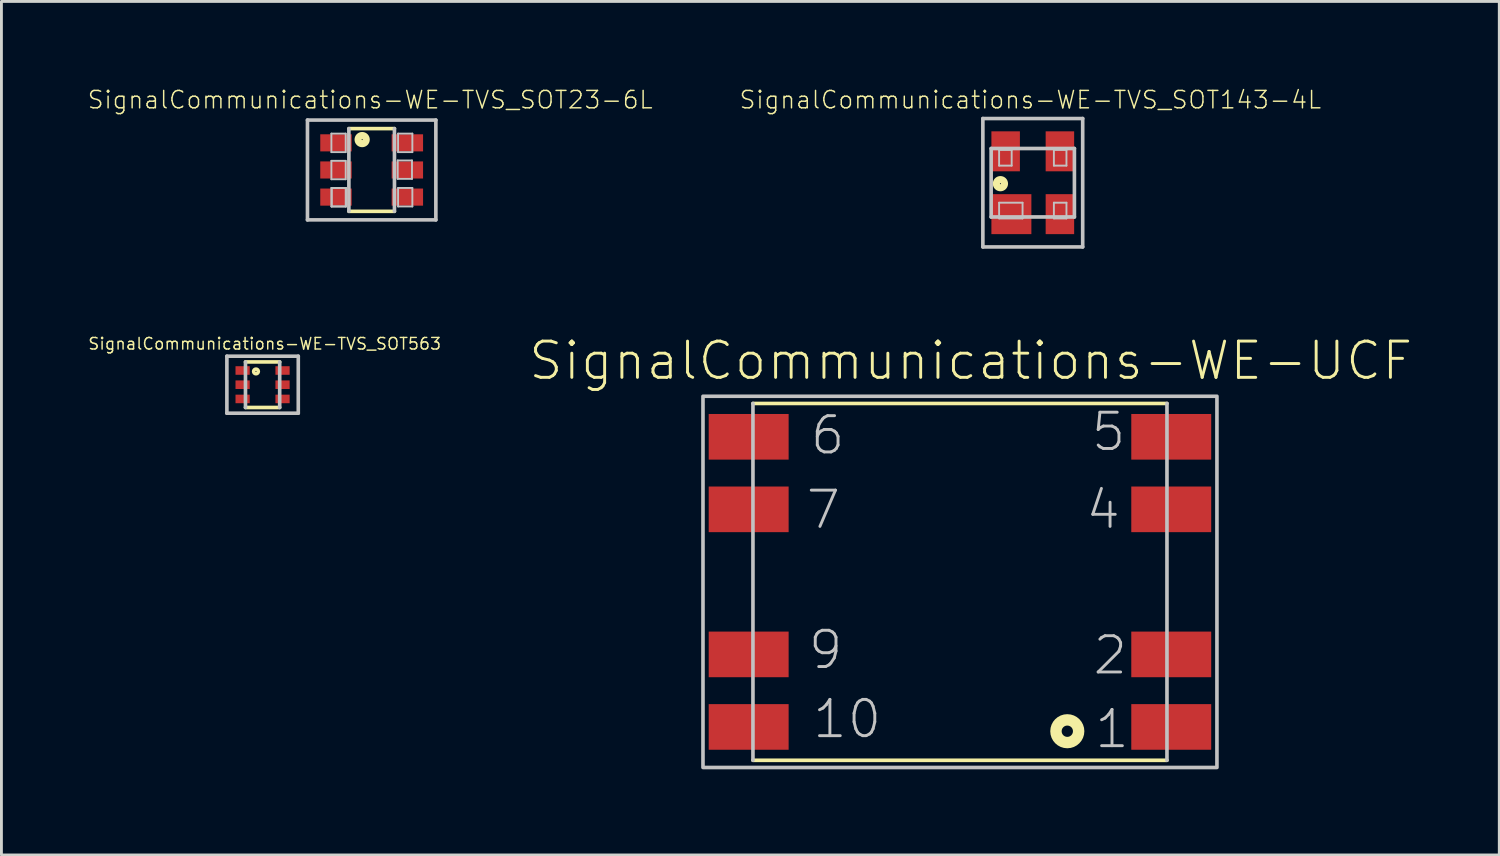
<source format=kicad_pcb>
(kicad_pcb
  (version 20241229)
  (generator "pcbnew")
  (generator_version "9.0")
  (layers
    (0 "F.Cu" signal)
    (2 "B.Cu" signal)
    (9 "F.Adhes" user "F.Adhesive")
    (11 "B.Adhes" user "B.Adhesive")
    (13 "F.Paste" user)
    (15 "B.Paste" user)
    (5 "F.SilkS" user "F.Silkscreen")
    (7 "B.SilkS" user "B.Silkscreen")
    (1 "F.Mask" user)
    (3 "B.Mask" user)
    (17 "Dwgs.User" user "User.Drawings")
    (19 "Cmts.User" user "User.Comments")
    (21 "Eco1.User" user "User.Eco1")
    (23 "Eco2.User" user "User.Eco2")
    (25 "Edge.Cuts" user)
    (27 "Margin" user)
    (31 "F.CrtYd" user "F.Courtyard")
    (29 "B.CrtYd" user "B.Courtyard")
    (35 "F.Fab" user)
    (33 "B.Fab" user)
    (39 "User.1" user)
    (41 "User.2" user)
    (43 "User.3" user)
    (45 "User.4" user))
  (footprint "SignalCommunications-WE-TVS_SOT23-6L"
    (layer "F.Cu")
    (at 9.965 2.902)
    (property "Reference" "SignalCommunications-WE-TVS_SOT23-6L" (at -0.051 -2.456 0) (layer "F.SilkS") (effects (font (size 0.61 0.61) (thickness 0.051))))
    (attr smd)
    (fp_line (start -0.798 1.448) (end 0.798 1.448) (stroke (width 0.127) (type solid)) (layer "F.SilkS"))
    (fp_line (start 0.798 -1.448) (end -0.798 -1.448) (stroke (width 0.127) (type solid)) (layer "F.SilkS"))
    (fp_circle (center -0.333 -1.064) (end -0.333 -1.082) (stroke (width 0.249) (type solid)) (fill no) (layer "F.SilkS"))
    (fp_line (start -2.248 -1.748) (end 2.248 -1.748) (stroke (width 0.127) (type solid)) (layer "Dwgs.User"))
    (fp_line (start -2.248 1.748) (end -2.248 -1.748) (stroke (width 0.127) (type solid)) (layer "Dwgs.User"))
    (fp_line (start -1.41 -1.273) (end -0.909 -1.273) (stroke (width 0.066) (type solid)) (layer "Dwgs.User"))
    (fp_line (start -1.41 -0.625) (end -1.41 -1.273) (stroke (width 0.066) (type solid)) (layer "Dwgs.User"))
    (fp_line (start -1.41 -0.625) (end -0.909 -0.625) (stroke (width 0.066) (type solid)) (layer "Dwgs.User"))
    (fp_line (start -1.41 -0.32) (end -0.909 -0.32) (stroke (width 0.066) (type solid)) (layer "Dwgs.User"))
    (fp_line (start -1.41 0.325) (end -1.41 -0.32) (stroke (width 0.066) (type solid)) (layer "Dwgs.User"))
    (fp_line (start -1.41 0.325) (end -0.909 0.325) (stroke (width 0.066) (type solid)) (layer "Dwgs.User"))
    (fp_line (start -1.41 0.63) (end -0.909 0.63) (stroke (width 0.066) (type solid)) (layer "Dwgs.User"))
    (fp_line (start -1.41 1.278) (end -1.41 0.63) (stroke (width 0.066) (type solid)) (layer "Dwgs.User"))
    (fp_line (start -1.41 1.278) (end -0.909 1.278) (stroke (width 0.066) (type solid)) (layer "Dwgs.User"))
    (fp_line (start -1.397 0.63) (end -0.897 0.63) (stroke (width 0.066) (type solid)) (layer "Dwgs.User"))
    (fp_line (start -1.397 1.278) (end -1.397 0.63) (stroke (width 0.066) (type solid)) (layer "Dwgs.User"))
    (fp_line (start -1.397 1.278) (end -0.897 1.278) (stroke (width 0.066) (type solid)) (layer "Dwgs.User"))
    (fp_line (start -0.909 -0.625) (end -0.909 -1.273) (stroke (width 0.066) (type solid)) (layer "Dwgs.User"))
    (fp_line (start -0.909 0.325) (end -0.909 -0.32) (stroke (width 0.066) (type solid)) (layer "Dwgs.User"))
    (fp_line (start -0.909 1.278) (end -0.909 0.63) (stroke (width 0.066) (type solid)) (layer "Dwgs.User"))
    (fp_line (start -0.897 1.278) (end -0.897 0.63) (stroke (width 0.066) (type solid)) (layer "Dwgs.User"))
    (fp_line (start -0.798 -1.448) (end -0.798 1.448) (stroke (width 0.127) (type solid)) (layer "Dwgs.User"))
    (fp_line (start 0.798 1.448) (end 0.798 -1.448) (stroke (width 0.127) (type solid)) (layer "Dwgs.User"))
    (fp_line (start 0.912 -0.333) (end 1.412 -0.333) (stroke (width 0.066) (type solid)) (layer "Dwgs.User"))
    (fp_line (start 0.912 0.312) (end 0.912 -0.333) (stroke (width 0.066) (type solid)) (layer "Dwgs.User"))
    (fp_line (start 0.912 0.312) (end 1.412 0.312) (stroke (width 0.066) (type solid)) (layer "Dwgs.User"))
    (fp_line (start 0.925 -1.273) (end 1.425 -1.273) (stroke (width 0.066) (type solid)) (layer "Dwgs.User"))
    (fp_line (start 0.925 -0.625) (end 0.925 -1.273) (stroke (width 0.066) (type solid)) (layer "Dwgs.User"))
    (fp_line (start 0.925 -0.625) (end 1.425 -0.625) (stroke (width 0.066) (type solid)) (layer "Dwgs.User"))
    (fp_line (start 0.925 0.63) (end 1.425 0.63) (stroke (width 0.066) (type solid)) (layer "Dwgs.User"))
    (fp_line (start 0.925 1.278) (end 0.925 0.63) (stroke (width 0.066) (type solid)) (layer "Dwgs.User"))
    (fp_line (start 0.925 1.278) (end 1.425 1.278) (stroke (width 0.066) (type solid)) (layer "Dwgs.User"))
    (fp_line (start 1.412 0.312) (end 1.412 -0.333) (stroke (width 0.066) (type solid)) (layer "Dwgs.User"))
    (fp_line (start 1.425 -0.625) (end 1.425 -1.273) (stroke (width 0.066) (type solid)) (layer "Dwgs.User"))
    (fp_line (start 1.425 1.278) (end 1.425 0.63) (stroke (width 0.066) (type solid)) (layer "Dwgs.User"))
    (fp_line (start 2.248 -1.748) (end 2.248 1.748) (stroke (width 0.127) (type solid)) (layer "Dwgs.User"))
    (fp_line (start 2.248 1.748) (end -2.248 1.748) (stroke (width 0.127) (type solid)) (layer "Dwgs.User"))
    (pad "1" smd rect (at -1.25 -0.95 270) (size 0.599 1.1) (layers "F.Cu" "F.Mask" "F.Paste"))
    (pad "2" smd rect (at -1.25 0 270) (size 0.599 1.1) (layers "F.Cu" "F.Mask" "F.Paste"))
    (pad "3" smd rect (at -1.25 0.95 270) (size 0.599 1.1) (layers "F.Cu" "F.Mask" "F.Paste"))
    (pad "4" smd rect (at 1.25 0.95 270) (size 0.599 1.1) (layers "F.Cu" "F.Mask" "F.Paste"))
    (pad "5" smd rect (at 1.25 0 270) (size 0.599 1.1) (layers "F.Cu" "F.Mask" "F.Paste"))
    (pad "6" smd rect (at 1.25 -0.95 270) (size 0.599 1.1) (layers "F.Cu" "F.Mask" "F.Paste")))
  (footprint "SignalCommunications-WE-TVS_SOT143-4L"
    (layer "F.Cu")
    (at 33.116 3.349)
    (property "Reference" "SignalCommunications-WE-TVS_SOT143-4L" (at -0.084 -2.903 0) (layer "F.SilkS") (effects (font (size 0.61 0.61) (thickness 0.051))))
    (attr smd)
    (fp_circle (center -1.133 0.033) (end -1.133 0.015) (stroke (width 0.249) (type solid)) (fill no) (layer "F.SilkS"))
    (fp_line (start -1.748 -2.248) (end 1.748 -2.248) (stroke (width 0.127) (type solid)) (layer "Dwgs.User"))
    (fp_line (start -1.748 2.248) (end -1.748 -2.248) (stroke (width 0.127) (type solid)) (layer "Dwgs.User"))
    (fp_line (start -1.458 -1.199) (end -1.458 1.199) (stroke (width 0.127) (type solid)) (layer "Dwgs.User"))
    (fp_line (start -1.458 1.199) (end 1.458 1.199) (stroke (width 0.127) (type solid)) (layer "Dwgs.User"))
    (fp_line (start -1.179 -1.148) (end -0.739 -1.148) (stroke (width 0.066) (type solid)) (layer "Dwgs.User"))
    (fp_line (start -1.179 -0.599) (end -1.179 -1.148) (stroke (width 0.066) (type solid)) (layer "Dwgs.User"))
    (fp_line (start -1.179 -0.599) (end -0.739 -0.599) (stroke (width 0.066) (type solid)) (layer "Dwgs.User"))
    (fp_line (start -1.179 0.699) (end -0.358 0.699) (stroke (width 0.066) (type solid)) (layer "Dwgs.User"))
    (fp_line (start -1.179 1.25) (end -1.179 0.699) (stroke (width 0.066) (type solid)) (layer "Dwgs.User"))
    (fp_line (start -1.179 1.25) (end -0.358 1.25) (stroke (width 0.066) (type solid)) (layer "Dwgs.User"))
    (fp_line (start -0.739 -0.599) (end -0.739 -1.148) (stroke (width 0.066) (type solid)) (layer "Dwgs.User"))
    (fp_line (start -0.358 1.25) (end -0.358 0.699) (stroke (width 0.066) (type solid)) (layer "Dwgs.User"))
    (fp_line (start 0.739 -1.148) (end 1.179 -1.148) (stroke (width 0.066) (type solid)) (layer "Dwgs.User"))
    (fp_line (start 0.739 -0.599) (end 0.739 -1.148) (stroke (width 0.066) (type solid)) (layer "Dwgs.User"))
    (fp_line (start 0.739 -0.599) (end 1.179 -0.599) (stroke (width 0.066) (type solid)) (layer "Dwgs.User"))
    (fp_line (start 0.739 0.699) (end 1.179 0.699) (stroke (width 0.066) (type solid)) (layer "Dwgs.User"))
    (fp_line (start 0.739 1.25) (end 0.739 0.699) (stroke (width 0.066) (type solid)) (layer "Dwgs.User"))
    (fp_line (start 0.739 1.25) (end 1.179 1.25) (stroke (width 0.066) (type solid)) (layer "Dwgs.User"))
    (fp_line (start 1.179 -0.599) (end 1.179 -1.148) (stroke (width 0.066) (type solid)) (layer "Dwgs.User"))
    (fp_line (start 1.179 1.25) (end 1.179 0.699) (stroke (width 0.066) (type solid)) (layer "Dwgs.User"))
    (fp_line (start 1.458 -1.199) (end -1.458 -1.199) (stroke (width 0.127) (type solid)) (layer "Dwgs.User"))
    (fp_line (start 1.458 1.199) (end 1.458 -1.199) (stroke (width 0.127) (type solid)) (layer "Dwgs.User"))
    (fp_line (start 1.748 2.248) (end -1.748 2.248) (stroke (width 0.127) (type solid)) (layer "Dwgs.User"))
    (fp_line (start 1.748 2.248) (end 1.748 -2.248) (stroke (width 0.127) (type solid)) (layer "Dwgs.User"))
    (pad "1" smd rect (at -0.749 1.1) (size 1.4 1.4) (layers "F.Cu" "F.Mask" "F.Paste"))
    (pad "2" smd rect (at 0.95 1.1) (size 0.998 1.4) (layers "F.Cu" "F.Mask" "F.Paste"))
    (pad "3" smd rect (at 0.95 -1.1) (size 0.998 1.4) (layers "F.Cu" "F.Mask" "F.Paste"))
    (pad "4" smd rect (at -0.95 -1.1) (size 0.998 1.4) (layers "F.Cu" "F.Mask" "F.Paste")))
  (footprint "SignalCommunications-WE-UCF"
    (layer "F.Cu")
    (at 30.566 17.326)
    (property "Reference" "SignalCommunications-WE-UCF" (at 0.378 -7.744 0) (layer "F.SilkS") (effects (font (size 1.27 1.27) (thickness 0.102))))
    (attr smd)
    (fp_line (start -7.249 -6.248) (end 7.249 -6.248) (stroke (width 0.127) (type solid)) (layer "F.SilkS"))
    (fp_line (start -7.249 6.248) (end 7.249 6.248) (stroke (width 0.127) (type solid)) (layer "F.SilkS"))
    (fp_circle (center 3.759 5.23) (end 3.759 5.032) (stroke (width 0.399) (type solid)) (fill no) (layer "F.SilkS"))
    (fp_line (start -7.249 -6.248) (end -7.249 6.248) (stroke (width 0.127) (type solid)) (layer "Dwgs.User"))
    (fp_line (start 7.249 -6.248) (end 7.249 6.248) (stroke (width 0.127) (type solid)) (layer "Dwgs.User"))
    (fp_poly (pts (xy -8.999 -6.5) (xy 8.999 -6.5) (xy 8.999 6.5) (xy -8.999 6.5) (xy -8.999 -6.5)) (stroke (width 0.127) (type solid)) (fill no) (layer "Dwgs.User"))
    (fp_text user "5" (at 5.204 -5.253 0) (layer "Dwgs.User") (effects (font (size 1.27 1.27) (thickness 0.102))))
    (fp_text user "10" (at -3.95 4.803 0) (layer "Dwgs.User") (effects (font (size 1.27 1.27) (thickness 0.102))))
    (fp_text user "1" (at 5.324 5.154 0) (layer "Dwgs.User") (effects (font (size 1.27 1.27) (thickness 0.102))))
    (fp_text user "7" (at -4.783 -2.525 0) (layer "Dwgs.User") (effects (font (size 1.27 1.27) (thickness 0.102))))
    (fp_text user "4" (at 5.014 -2.525 0) (layer "Dwgs.User") (effects (font (size 1.27 1.27) (thickness 0.102))))
    (fp_text user "6" (at -4.633 -5.133 0) (layer "Dwgs.User") (effects (font (size 1.27 1.27) (thickness 0.102))))
    (fp_text user "2" (at 5.263 2.573 0) (layer "Dwgs.User") (effects (font (size 1.27 1.27) (thickness 0.102))))
    (fp_text user "9" (at -4.704 2.383 0) (layer "Dwgs.User") (effects (font (size 1.27 1.27) (thickness 0.102))))
    (pad "1" smd rect (at 7.399 5.08) (size 2.799 1.598) (layers "F.Cu" "F.Mask" "F.Paste"))
    (pad "2" smd rect (at 7.399 2.54) (size 2.799 1.598) (layers "F.Cu" "F.Mask" "F.Paste"))
    (pad "4" smd rect (at 7.399 -2.54) (size 2.799 1.598) (layers "F.Cu" "F.Mask" "F.Paste"))
    (pad "5" smd rect (at 7.399 -5.08) (size 2.799 1.598) (layers "F.Cu" "F.Mask" "F.Paste"))
    (pad "6" smd rect (at -7.399 -5.08) (size 2.799 1.598) (layers "F.Cu" "F.Mask" "F.Paste"))
    (pad "7" smd rect (at -7.399 -2.54) (size 2.799 1.598) (layers "F.Cu" "F.Mask" "F.Paste"))
    (pad "9" smd rect (at -7.399 2.54) (size 2.799 1.598) (layers "F.Cu" "F.Mask" "F.Paste"))
    (pad "10" smd rect (at -7.399 5.08) (size 2.799 1.598) (layers "F.Cu" "F.Mask" "F.Paste")))
  (footprint "SignalCommunications-WE-TVS_SOT563"
    (layer "F.Cu")
    (at 6.145 10.422)
    (property "Reference" "SignalCommunications-WE-TVS_SOT563" (at 0.074 -1.435 0) (layer "F.SilkS") (effects (font (size 0.406 0.406) (thickness 0.051))))
    (attr smd)
    (fp_line (start 0.599 -0.798) (end -0.599 -0.798) (stroke (width 0.127) (type solid)) (layer "F.SilkS"))
    (fp_line (start 0.599 0.798) (end -0.599 0.798) (stroke (width 0.127) (type solid)) (layer "F.SilkS"))
    (fp_circle (center -0.231 -0.465) (end -0.231 -0.483) (stroke (width 0.127) (type solid)) (fill no) (layer "F.SilkS"))
    (fp_line (start -1.25 -0.998) (end 1.25 -0.998) (stroke (width 0.127) (type solid)) (layer "Dwgs.User"))
    (fp_line (start -1.25 0.998) (end -1.25 -0.998) (stroke (width 0.127) (type solid)) (layer "Dwgs.User"))
    (fp_line (start -0.599 0.798) (end -0.599 -0.798) (stroke (width 0.127) (type solid)) (layer "Dwgs.User"))
    (fp_line (start 0.599 -0.798) (end 0.599 0.798) (stroke (width 0.127) (type solid)) (layer "Dwgs.User"))
    (fp_line (start 1.25 -0.998) (end 1.25 0.998) (stroke (width 0.127) (type solid)) (layer "Dwgs.User"))
    (fp_line (start 1.25 0.998) (end -1.25 0.998) (stroke (width 0.127) (type solid)) (layer "Dwgs.User"))
    (pad "1" smd rect (at -0.699 -0.498 270) (size 0.3 0.498) (layers "F.Cu" "F.Mask" "F.Paste"))
    (pad "2" smd rect (at -0.699 0 270) (size 0.3 0.498) (layers "F.Cu" "F.Mask" "F.Paste"))
    (pad "3" smd rect (at -0.699 0.498 270) (size 0.3 0.498) (layers "F.Cu" "F.Mask" "F.Paste"))
    (pad "4" smd rect (at 0.699 0.498 270) (size 0.3 0.498) (layers "F.Cu" "F.Mask" "F.Paste"))
    (pad "5" smd rect (at 0.699 0 270) (size 0.3 0.498) (layers "F.Cu" "F.Mask" "F.Paste"))
    (pad "6" smd rect (at 0.699 -0.498 270) (size 0.3 0.498) (layers "F.Cu" "F.Mask" "F.Paste")))
  (gr_rect
    (start -3 -3)
    (end 49.452 26.889)
    (stroke (width 0.1) (type default))
    (fill no)
    (layer "Edge.Cuts")))
</source>
